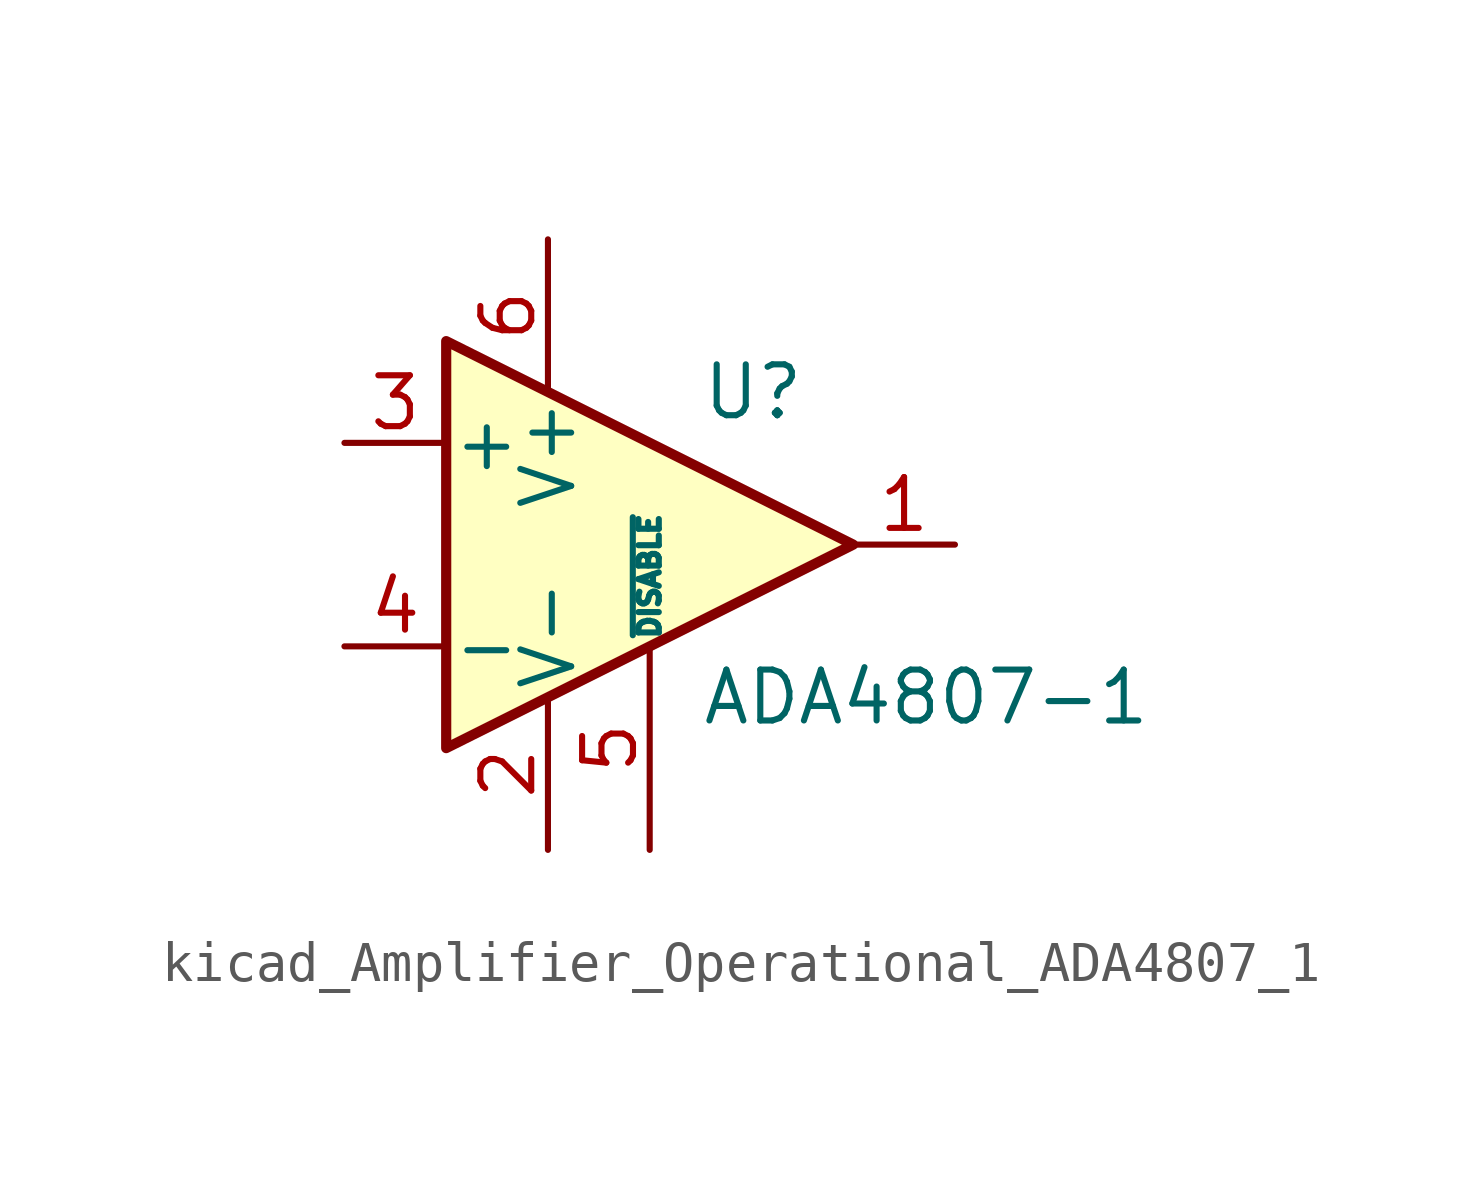
<source format=kicad_sym>
(kicad_symbol_lib
  (version 20220914)
  (generator kicad_symbol_editor)
  (symbol "kicad_Amplifier_Operational_ADA4807_1"
    (pin_names
      (offset 0.127))
    (property "Reference" "U"
      (at 1.27 3.81 0)
      (effects (font (size 1.27 1.27)) (justify left)))
    (property "Value" "ADA4807-1"
      (at 1.27 -3.81 0)
      (effects (font (size 1.27 1.27)) (justify left)))
    (symbol "kicad_Amplifier_Operational_ADA4807_1_0_1"
      (polyline (pts (xy -5.08 5.08) (xy 5.08 0) (xy -5.08 -5.08) (xy -5.08 5.08)) (stroke (width 0.254) (type default)) (fill (type background))))
    (symbol "kicad_Amplifier_Operational_ADA4807_1_1_1"
      (pin output line (at 7.62 0 180) (length 2.54) (name "~" (effects (font (size 1.27 1.27)))) (number "1" (effects (font (size 1.27 1.27)))))
      (pin power_in line (at -2.54 -7.62 90) (length 3.81) (name "V-" (effects (font (size 1.27 1.27)))) (number "2" (effects (font (size 1.27 1.27)))))
      (pin input line (at -7.62 2.54 0) (length 2.54) (name "+" (effects (font (size 1.27 1.27)))) (number "3" (effects (font (size 1.27 1.27)))))
      (pin input line (at -7.62 -2.54 0) (length 2.54) (name "-" (effects (font (size 1.27 1.27)))) (number "4" (effects (font (size 1.27 1.27)))))
      (pin input line (at 0 -7.62 90) (length 5.08) (name "~{DISABLE}" (effects (font (size 0.508 0.508)))) (number "5" (effects (font (size 1.27 1.27)))))
      (pin power_in line (at -2.54 7.62 270) (length 3.81) (name "V+" (effects (font (size 1.27 1.27)))) (number "6" (effects (font (size 1.27 1.27))))))))
</source>
